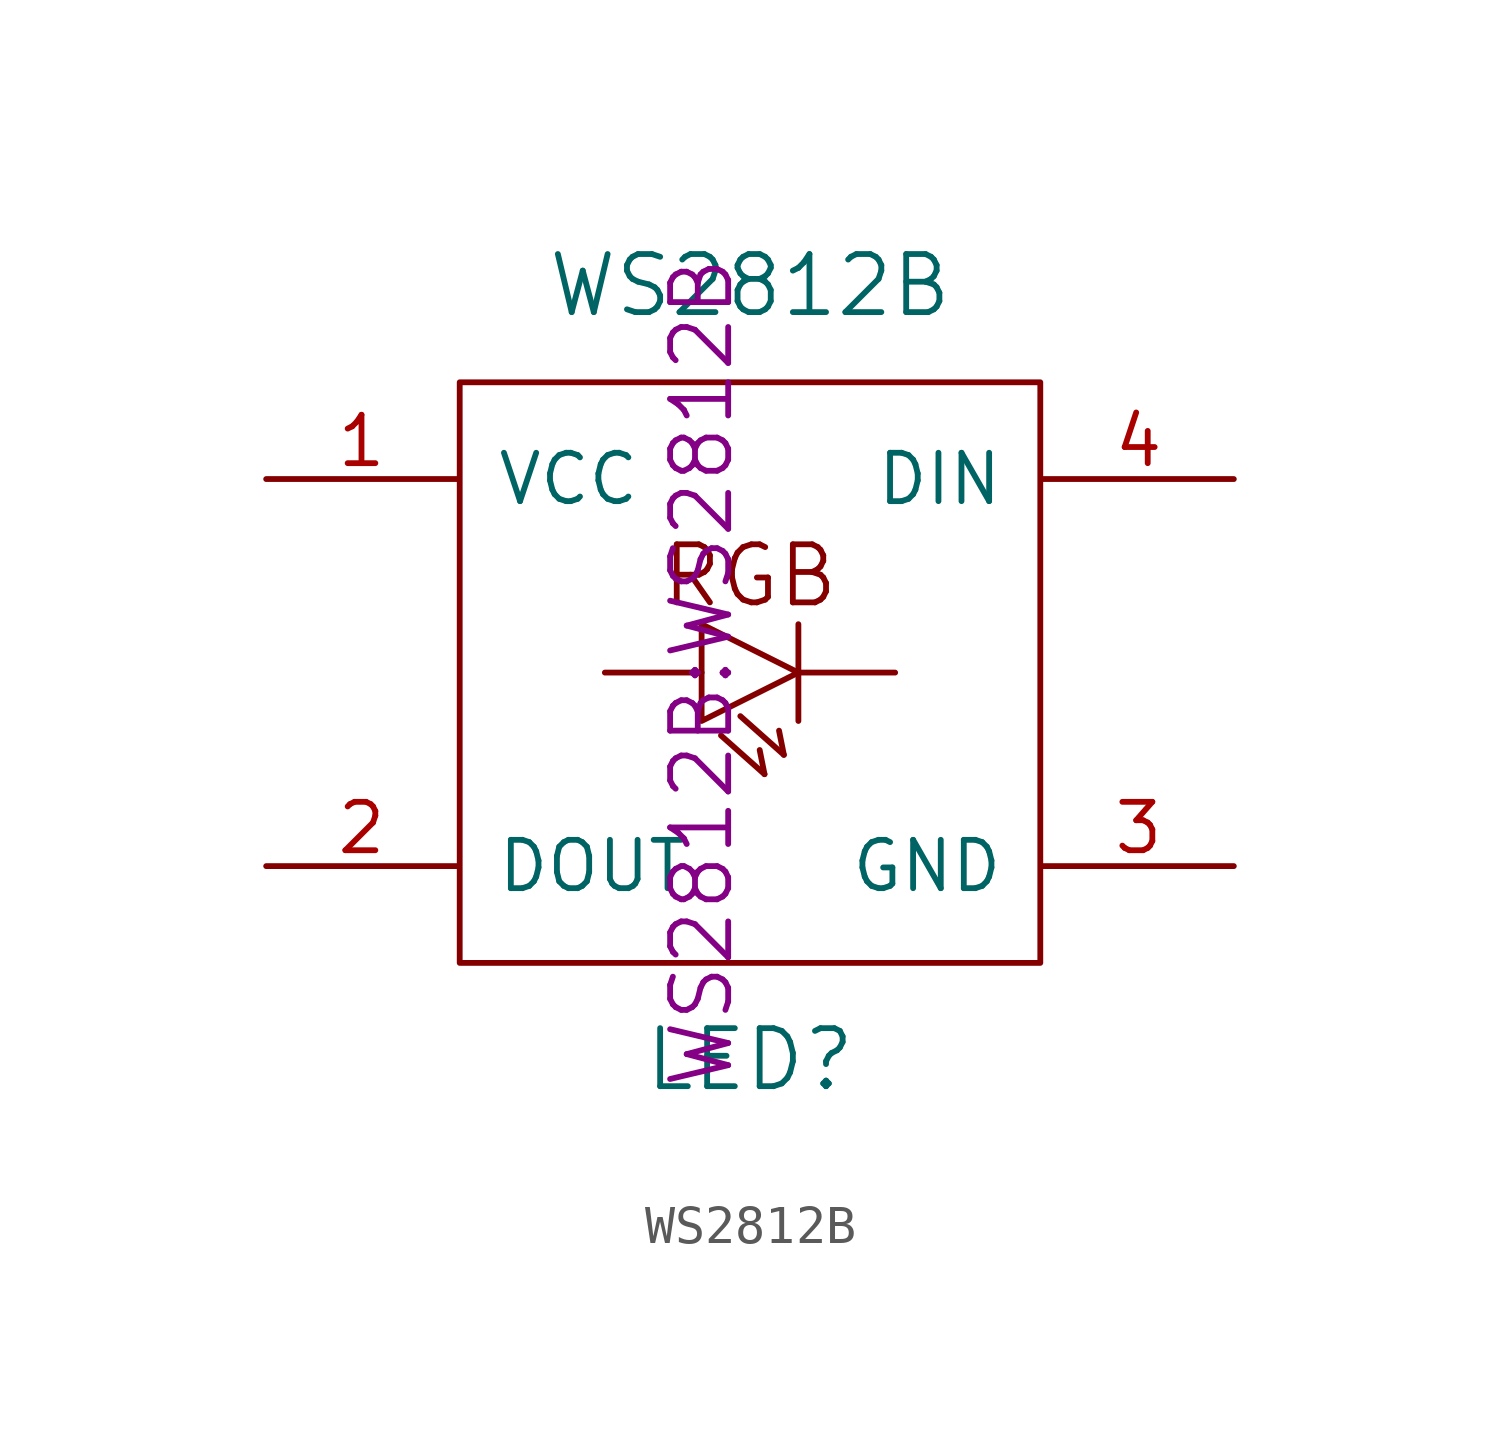
<source format=kicad_sym>
(kicad_symbol_lib
  (version 20231120)
  (generator "kicad_symbol_editor")
  (generator_version "8.0")
  (symbol "WS2812B"
    (pin_names
      (offset 1.016))
    (property "Reference" "LED"
      (at 0 -10.16 0)
      (effects (font (size 1.524 1.524))))
    (property "Value" "WS2812B"
      (at 0 10.16 0)
      (effects (font (size 1.524 1.524))))
    (property "Footprint" "WS2812B:WS2812B"
      (at -1.27 0 90)
      (effects (font (size 1.524 1.524))))
    (property "Datasheet" ""
      (at -1.27 0 90)
      (effects (font (size 1.524 1.524))))
    (symbol "WS2812B_0_0"
      (polyline (pts (xy -1.27 0) (xy -3.81 0)) (stroke (width 0) (type solid)) (fill (type none)))
      (polyline (pts (xy -0.254 -1.143) (xy 0.889 -2.159)) (stroke (width 0) (type solid)) (fill (type none)))
      (polyline (pts (xy 0.381 -2.667) (xy -0.762 -1.651)) (stroke (width 0) (type solid)) (fill (type none)))
      (polyline (pts (xy 0.381 -2.667) (xy 0.254 -2.032)) (stroke (width 0) (type solid)) (fill (type none)))
      (polyline (pts (xy 0.889 -2.159) (xy 0.762 -1.524)) (stroke (width 0) (type solid)) (fill (type none)))
      (polyline (pts (xy 1.27 0) (xy 3.81 0)) (stroke (width 0) (type solid)) (fill (type none)))
      (text "RGB" (at 0 2.54 0) (effects (font (size 1.524 1.524)))))
    (symbol "WS2812B_0_1"
      (rectangle (start -7.62 7.62) (end 7.62 -7.62) (stroke (width 0) (type solid)) (fill (type none)))
      (polyline (pts (xy 1.27 0) (xy -1.27 1.27) (xy -1.27 -1.27) (xy 1.27 0) (xy 1.27 0)) (stroke (width 0) (type solid)) (fill (type none)))
      (rectangle (start 1.27 1.27) (end 1.27 -1.27) (stroke (width 0) (type solid)) (fill (type none))))
    (symbol "WS2812B_1_1"
      (pin power_in line (at -12.7 5.08 0) (length 5.004) (name "VCC" (effects (font (size 1.27 1.27)))) (number "1" (effects (font (size 1.27 1.27)))))
      (pin output line (at -12.7 -5.08 0) (length 5.004) (name "DOUT" (effects (font (size 1.27 1.27)))) (number "2" (effects (font (size 1.27 1.27)))))
      (pin power_in line (at 12.7 -5.08 180) (length 5.004) (name "GND" (effects (font (size 1.27 1.27)))) (number "3" (effects (font (size 1.27 1.27)))))
      (pin input line (at 12.7 5.08 180) (length 5.004) (name "DIN" (effects (font (size 1.27 1.27)))) (number "4" (effects (font (size 1.27 1.27))))))))
</source>
